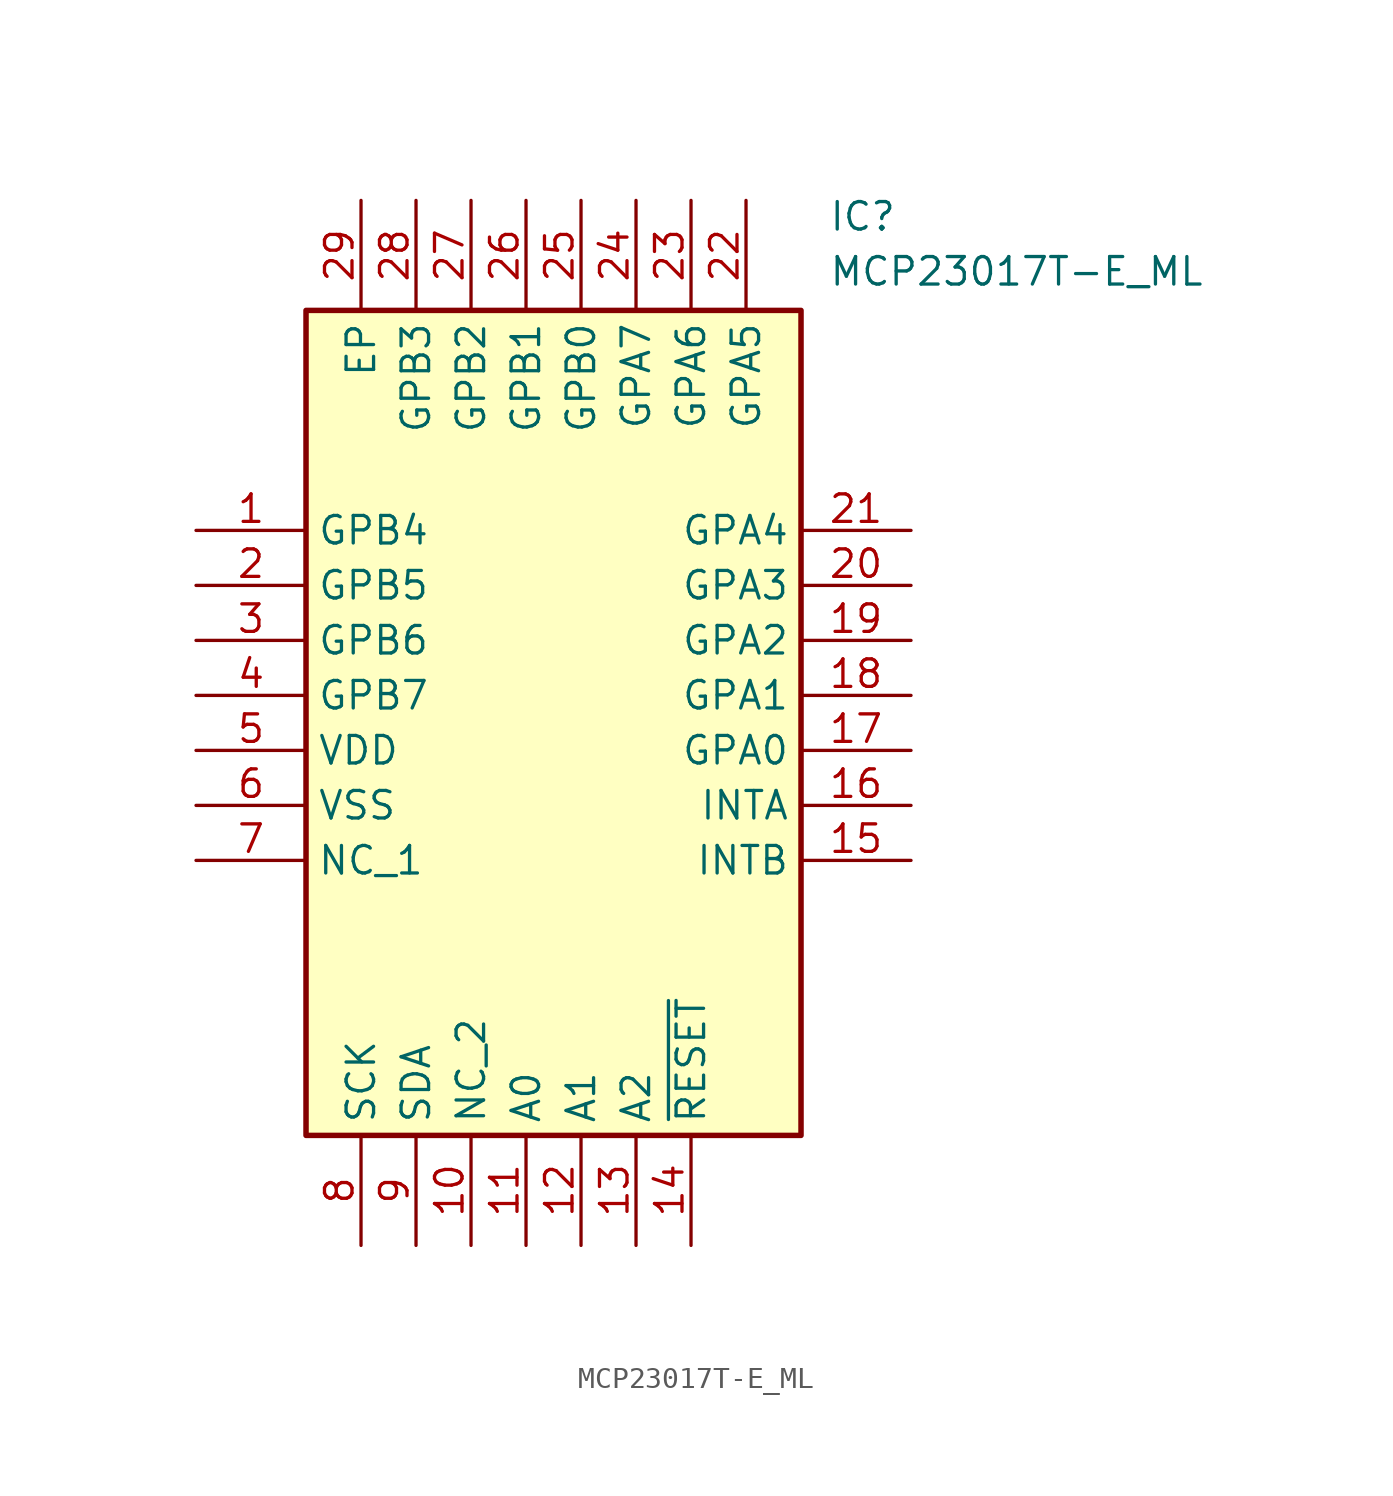
<source format=kicad_sym>
(kicad_symbol_lib
  (version 20211014)
  (generator SamacSys_ECAD_Model)
  (symbol "MCP23017T-E_ML"
    (property "Reference" "IC"
      (at 29.21 15.24 0)
      (effects (font (size 1.27 1.27)) (justify left top)))
    (property "Value" "MCP23017T-E_ML"
      (at 29.21 12.7 0)
      (effects (font (size 1.27 1.27)) (justify left top)))
    (rectangle
      (start 5.08 10.16)
      (end 27.94 -27.94)
      (stroke (width 0.254) (type default))
      (fill (type background)))
    (pin passive line
      (at 0 0 0)
      (length 5.08)
      (name "GPB4" (effects (font (size 1.27 1.27))))
      (number "1" (effects (font (size 1.27 1.27)))))
    (pin passive line
      (at 0 -2.54 0)
      (length 5.08)
      (name "GPB5" (effects (font (size 1.27 1.27))))
      (number "2" (effects (font (size 1.27 1.27)))))
    (pin passive line
      (at 0 -5.08 0)
      (length 5.08)
      (name "GPB6" (effects (font (size 1.27 1.27))))
      (number "3" (effects (font (size 1.27 1.27)))))
    (pin passive line
      (at 0 -7.62 0)
      (length 5.08)
      (name "GPB7" (effects (font (size 1.27 1.27))))
      (number "4" (effects (font (size 1.27 1.27)))))
    (pin passive line
      (at 0 -10.16 0)
      (length 5.08)
      (name "VDD" (effects (font (size 1.27 1.27))))
      (number "5" (effects (font (size 1.27 1.27)))))
    (pin passive line
      (at 0 -12.7 0)
      (length 5.08)
      (name "VSS" (effects (font (size 1.27 1.27))))
      (number "6" (effects (font (size 1.27 1.27)))))
    (pin passive line
      (at 0 -15.24 0)
      (length 5.08)
      (name "NC_1" (effects (font (size 1.27 1.27))))
      (number "7" (effects (font (size 1.27 1.27)))))
    (pin passive line
      (at 7.62 -33.02 90)
      (length 5.08)
      (name "SCK" (effects (font (size 1.27 1.27))))
      (number "8" (effects (font (size 1.27 1.27)))))
    (pin passive line
      (at 10.16 -33.02 90)
      (length 5.08)
      (name "SDA" (effects (font (size 1.27 1.27))))
      (number "9" (effects (font (size 1.27 1.27)))))
    (pin passive line
      (at 12.7 -33.02 90)
      (length 5.08)
      (name "NC_2" (effects (font (size 1.27 1.27))))
      (number "10" (effects (font (size 1.27 1.27)))))
    (pin passive line
      (at 15.24 -33.02 90)
      (length 5.08)
      (name "A0" (effects (font (size 1.27 1.27))))
      (number "11" (effects (font (size 1.27 1.27)))))
    (pin passive line
      (at 17.78 -33.02 90)
      (length 5.08)
      (name "A1" (effects (font (size 1.27 1.27))))
      (number "12" (effects (font (size 1.27 1.27)))))
    (pin passive line
      (at 20.32 -33.02 90)
      (length 5.08)
      (name "A2" (effects (font (size 1.27 1.27))))
      (number "13" (effects (font (size 1.27 1.27)))))
    (pin passive line
      (at 22.86 -33.02 90)
      (length 5.08)
      (name "~{RESET}" (effects (font (size 1.27 1.27))))
      (number "14" (effects (font (size 1.27 1.27)))))
    (pin passive line
      (at 33.02 0 180)
      (length 5.08)
      (name "GPA4" (effects (font (size 1.27 1.27))))
      (number "21" (effects (font (size 1.27 1.27)))))
    (pin passive line
      (at 33.02 -2.54 180)
      (length 5.08)
      (name "GPA3" (effects (font (size 1.27 1.27))))
      (number "20" (effects (font (size 1.27 1.27)))))
    (pin passive line
      (at 33.02 -5.08 180)
      (length 5.08)
      (name "GPA2" (effects (font (size 1.27 1.27))))
      (number "19" (effects (font (size 1.27 1.27)))))
    (pin passive line
      (at 33.02 -7.62 180)
      (length 5.08)
      (name "GPA1" (effects (font (size 1.27 1.27))))
      (number "18" (effects (font (size 1.27 1.27)))))
    (pin passive line
      (at 33.02 -10.16 180)
      (length 5.08)
      (name "GPA0" (effects (font (size 1.27 1.27))))
      (number "17" (effects (font (size 1.27 1.27)))))
    (pin passive line
      (at 33.02 -12.7 180)
      (length 5.08)
      (name "INTA" (effects (font (size 1.27 1.27))))
      (number "16" (effects (font (size 1.27 1.27)))))
    (pin passive line
      (at 33.02 -15.24 180)
      (length 5.08)
      (name "INTB" (effects (font (size 1.27 1.27))))
      (number "15" (effects (font (size 1.27 1.27)))))
    (pin passive line
      (at 7.62 15.24 270)
      (length 5.08)
      (name "EP" (effects (font (size 1.27 1.27))))
      (number "29" (effects (font (size 1.27 1.27)))))
    (pin passive line
      (at 10.16 15.24 270)
      (length 5.08)
      (name "GPB3" (effects (font (size 1.27 1.27))))
      (number "28" (effects (font (size 1.27 1.27)))))
    (pin passive line
      (at 12.7 15.24 270)
      (length 5.08)
      (name "GPB2" (effects (font (size 1.27 1.27))))
      (number "27" (effects (font (size 1.27 1.27)))))
    (pin passive line
      (at 15.24 15.24 270)
      (length 5.08)
      (name "GPB1" (effects (font (size 1.27 1.27))))
      (number "26" (effects (font (size 1.27 1.27)))))
    (pin passive line
      (at 17.78 15.24 270)
      (length 5.08)
      (name "GPB0" (effects (font (size 1.27 1.27))))
      (number "25" (effects (font (size 1.27 1.27)))))
    (pin passive line
      (at 20.32 15.24 270)
      (length 5.08)
      (name "GPA7" (effects (font (size 1.27 1.27))))
      (number "24" (effects (font (size 1.27 1.27)))))
    (pin passive line
      (at 22.86 15.24 270)
      (length 5.08)
      (name "GPA6" (effects (font (size 1.27 1.27))))
      (number "23" (effects (font (size 1.27 1.27)))))
    (pin passive line
      (at 25.4 15.24 270)
      (length 5.08)
      (name "GPA5" (effects (font (size 1.27 1.27))))
      (number "22" (effects (font (size 1.27 1.27)))))))
</source>
